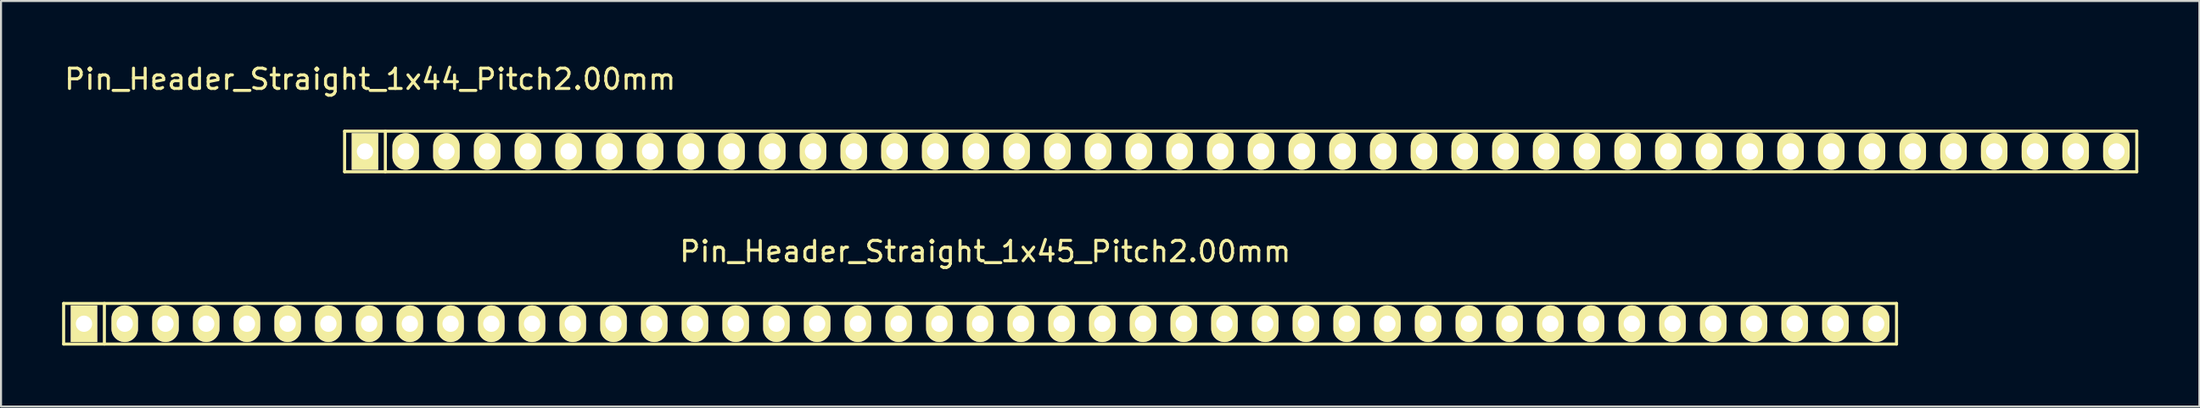
<source format=kicad_pcb>
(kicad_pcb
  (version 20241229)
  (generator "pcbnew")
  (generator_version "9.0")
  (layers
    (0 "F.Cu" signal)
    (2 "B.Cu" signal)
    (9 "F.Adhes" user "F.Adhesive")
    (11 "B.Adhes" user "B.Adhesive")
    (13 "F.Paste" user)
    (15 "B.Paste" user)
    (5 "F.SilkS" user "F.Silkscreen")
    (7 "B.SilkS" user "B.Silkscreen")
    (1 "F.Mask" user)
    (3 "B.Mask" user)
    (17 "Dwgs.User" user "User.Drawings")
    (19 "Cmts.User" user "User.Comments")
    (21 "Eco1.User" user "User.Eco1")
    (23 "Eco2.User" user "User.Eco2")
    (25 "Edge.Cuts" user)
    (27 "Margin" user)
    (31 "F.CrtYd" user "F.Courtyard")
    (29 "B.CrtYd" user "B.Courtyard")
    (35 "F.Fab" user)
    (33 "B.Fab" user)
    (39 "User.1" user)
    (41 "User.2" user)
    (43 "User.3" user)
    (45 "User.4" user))
  (footprint "Pin_Header_Straight_1x44_Pitch2.00mm"
    (layer "F.Cu")
    (at 14.871 4.404)
    (property "Reference" "Pin_Header_Straight_1x44_Pitch2.00mm" (at 0.254 -3.556 0) (layer "F.SilkS") (effects (font (size 1 1) (thickness 0.15))))
    (attr through_hole)
    (fp_line (start -1 -1) (end 87 -1) (stroke (width 0.15) (type solid)) (layer "F.SilkS"))
    (fp_line (start -1 1) (end -1 -1) (stroke (width 0.15) (type solid)) (layer "F.SilkS"))
    (fp_line (start 1 -1) (end 1 1) (stroke (width 0.15) (type solid)) (layer "F.SilkS"))
    (fp_line (start 87 -1) (end 87 1) (stroke (width 0.15) (type solid)) (layer "F.SilkS"))
    (fp_line (start 87 1) (end -1 1) (stroke (width 0.15) (type solid)) (layer "F.SilkS"))
    (pad "1" thru_hole rect (at 0 0) (size 1.3 1.8) (drill 0.8) (layers "*.Cu" "*.Mask" "F.SilkS"))
    (pad "2" thru_hole oval (at 2 0) (size 1.3 1.8) (drill 0.8) (layers "*.Cu" "*.Mask" "F.SilkS"))
    (pad "3" thru_hole oval (at 4 0) (size 1.3 1.8) (drill 0.8) (layers "*.Cu" "*.Mask" "F.SilkS"))
    (pad "4" thru_hole oval (at 6 0) (size 1.3 1.8) (drill 0.8) (layers "*.Cu" "*.Mask" "F.SilkS"))
    (pad "5" thru_hole oval (at 8 0) (size 1.3 1.8) (drill 0.8) (layers "*.Cu" "*.Mask" "F.SilkS"))
    (pad "6" thru_hole oval (at 10 0) (size 1.3 1.8) (drill 0.8) (layers "*.Cu" "*.Mask" "F.SilkS"))
    (pad "7" thru_hole oval (at 12 0) (size 1.3 1.8) (drill 0.8) (layers "*.Cu" "*.Mask" "F.SilkS"))
    (pad "8" thru_hole oval (at 14 0) (size 1.3 1.8) (drill 0.8) (layers "*.Cu" "*.Mask" "F.SilkS"))
    (pad "9" thru_hole oval (at 16 0) (size 1.3 1.8) (drill 0.8) (layers "*.Cu" "*.Mask" "F.SilkS"))
    (pad "10" thru_hole oval (at 18 0) (size 1.3 1.8) (drill 0.8) (layers "*.Cu" "*.Mask" "F.SilkS"))
    (pad "11" thru_hole oval (at 20 0) (size 1.3 1.8) (drill 0.8) (layers "*.Cu" "*.Mask" "F.SilkS"))
    (pad "12" thru_hole oval (at 22 0) (size 1.3 1.8) (drill 0.8) (layers "*.Cu" "*.Mask" "F.SilkS"))
    (pad "13" thru_hole oval (at 24 0) (size 1.3 1.8) (drill 0.8) (layers "*.Cu" "*.Mask" "F.SilkS"))
    (pad "14" thru_hole oval (at 26 0) (size 1.3 1.8) (drill 0.8) (layers "*.Cu" "*.Mask" "F.SilkS"))
    (pad "15" thru_hole oval (at 28 0) (size 1.3 1.8) (drill 0.8) (layers "*.Cu" "*.Mask" "F.SilkS"))
    (pad "16" thru_hole oval (at 30 0) (size 1.3 1.8) (drill 0.8) (layers "*.Cu" "*.Mask" "F.SilkS"))
    (pad "17" thru_hole oval (at 32 0) (size 1.3 1.8) (drill 0.8) (layers "*.Cu" "*.Mask" "F.SilkS"))
    (pad "18" thru_hole oval (at 34 0) (size 1.3 1.8) (drill 0.8) (layers "*.Cu" "*.Mask" "F.SilkS"))
    (pad "19" thru_hole oval (at 36 0) (size 1.3 1.8) (drill 0.8) (layers "*.Cu" "*.Mask" "F.SilkS"))
    (pad "20" thru_hole oval (at 38 0) (size 1.3 1.8) (drill 0.8) (layers "*.Cu" "*.Mask" "F.SilkS"))
    (pad "21" thru_hole oval (at 40 0) (size 1.3 1.8) (drill 0.8) (layers "*.Cu" "*.Mask" "F.SilkS"))
    (pad "22" thru_hole oval (at 42 0) (size 1.3 1.8) (drill 0.8) (layers "*.Cu" "*.Mask" "F.SilkS"))
    (pad "23" thru_hole oval (at 44 0) (size 1.3 1.8) (drill 0.8) (layers "*.Cu" "*.Mask" "F.SilkS"))
    (pad "24" thru_hole oval (at 46 0) (size 1.3 1.8) (drill 0.8) (layers "*.Cu" "*.Mask" "F.SilkS"))
    (pad "25" thru_hole oval (at 48 0) (size 1.3 1.8) (drill 0.8) (layers "*.Cu" "*.Mask" "F.SilkS"))
    (pad "26" thru_hole oval (at 50 0) (size 1.3 1.8) (drill 0.8) (layers "*.Cu" "*.Mask" "F.SilkS"))
    (pad "27" thru_hole oval (at 52 0) (size 1.3 1.8) (drill 0.8) (layers "*.Cu" "*.Mask" "F.SilkS"))
    (pad "28" thru_hole oval (at 54 0) (size 1.3 1.8) (drill 0.8) (layers "*.Cu" "*.Mask" "F.SilkS"))
    (pad "29" thru_hole oval (at 56 0) (size 1.3 1.8) (drill 0.8) (layers "*.Cu" "*.Mask" "F.SilkS"))
    (pad "30" thru_hole oval (at 58 0) (size 1.3 1.8) (drill 0.8) (layers "*.Cu" "*.Mask" "F.SilkS"))
    (pad "31" thru_hole oval (at 60 0) (size 1.3 1.8) (drill 0.8) (layers "*.Cu" "*.Mask" "F.SilkS"))
    (pad "32" thru_hole oval (at 62 0) (size 1.3 1.8) (drill 0.8) (layers "*.Cu" "*.Mask" "F.SilkS"))
    (pad "33" thru_hole oval (at 64 0) (size 1.3 1.8) (drill 0.8) (layers "*.Cu" "*.Mask" "F.SilkS"))
    (pad "34" thru_hole oval (at 66 0) (size 1.3 1.8) (drill 0.8) (layers "*.Cu" "*.Mask" "F.SilkS"))
    (pad "35" thru_hole oval (at 68 0) (size 1.3 1.8) (drill 0.8) (layers "*.Cu" "*.Mask" "F.SilkS"))
    (pad "36" thru_hole oval (at 70 0) (size 1.3 1.8) (drill 0.8) (layers "*.Cu" "*.Mask" "F.SilkS"))
    (pad "37" thru_hole oval (at 72 0) (size 1.3 1.8) (drill 0.8) (layers "*.Cu" "*.Mask" "F.SilkS"))
    (pad "38" thru_hole oval (at 74 0) (size 1.3 1.8) (drill 0.8) (layers "*.Cu" "*.Mask" "F.SilkS"))
    (pad "39" thru_hole oval (at 76 0) (size 1.3 1.8) (drill 0.8) (layers "*.Cu" "*.Mask" "F.SilkS"))
    (pad "40" thru_hole oval (at 78 0) (size 1.3 1.8) (drill 0.8) (layers "*.Cu" "*.Mask" "F.SilkS"))
    (pad "41" thru_hole oval (at 80 0) (size 1.3 1.8) (drill 0.8) (layers "*.Cu" "*.Mask" "F.SilkS"))
    (pad "42" thru_hole oval (at 82 0) (size 1.3 1.8) (drill 0.8) (layers "*.Cu" "*.Mask" "F.SilkS"))
    (pad "43" thru_hole oval (at 84 0) (size 1.3 1.8) (drill 0.8) (layers "*.Cu" "*.Mask" "F.SilkS"))
    (pad "44" thru_hole oval (at 86 0) (size 1.3 1.8) (drill 0.8) (layers "*.Cu" "*.Mask" "F.SilkS")))
  (footprint "Pin_Header_Straight_1x45_Pitch2.00mm"
    (layer "F.Cu")
    (at 45.075 12.883)
    (property "Reference" "Pin_Header_Straight_1x45_Pitch2.00mm" (at 0.254 -3.556 0) (layer "F.SilkS") (effects (font (size 1 1) (thickness 0.15))))
    (attr through_hole)
    (fp_line (start -45 -1) (end 45 -1) (stroke (width 0.15) (type solid)) (layer "F.SilkS"))
    (fp_line (start -45 1) (end -45 -1) (stroke (width 0.15) (type solid)) (layer "F.SilkS"))
    (fp_line (start -43 -1) (end -43 1) (stroke (width 0.15) (type solid)) (layer "F.SilkS"))
    (fp_line (start 45 -1) (end 45 1) (stroke (width 0.15) (type solid)) (layer "F.SilkS"))
    (fp_line (start 45 1) (end -45 1) (stroke (width 0.15) (type solid)) (layer "F.SilkS"))
    (pad "1" thru_hole rect (at -44 0) (size 1.3 1.8) (drill 0.8) (layers "*.Cu" "*.Mask" "F.SilkS"))
    (pad "2" thru_hole oval (at -42 0) (size 1.3 1.8) (drill 0.8) (layers "*.Cu" "*.Mask" "F.SilkS"))
    (pad "3" thru_hole oval (at -40 0) (size 1.3 1.8) (drill 0.8) (layers "*.Cu" "*.Mask" "F.SilkS"))
    (pad "4" thru_hole oval (at -38 0) (size 1.3 1.8) (drill 0.8) (layers "*.Cu" "*.Mask" "F.SilkS"))
    (pad "5" thru_hole oval (at -36 0) (size 1.3 1.8) (drill 0.8) (layers "*.Cu" "*.Mask" "F.SilkS"))
    (pad "6" thru_hole oval (at -34 0) (size 1.3 1.8) (drill 0.8) (layers "*.Cu" "*.Mask" "F.SilkS"))
    (pad "7" thru_hole oval (at -32 0) (size 1.3 1.8) (drill 0.8) (layers "*.Cu" "*.Mask" "F.SilkS"))
    (pad "8" thru_hole oval (at -30 0) (size 1.3 1.8) (drill 0.8) (layers "*.Cu" "*.Mask" "F.SilkS"))
    (pad "9" thru_hole oval (at -28 0) (size 1.3 1.8) (drill 0.8) (layers "*.Cu" "*.Mask" "F.SilkS"))
    (pad "10" thru_hole oval (at -26 0) (size 1.3 1.8) (drill 0.8) (layers "*.Cu" "*.Mask" "F.SilkS"))
    (pad "11" thru_hole oval (at -24 0) (size 1.3 1.8) (drill 0.8) (layers "*.Cu" "*.Mask" "F.SilkS"))
    (pad "12" thru_hole oval (at -22 0) (size 1.3 1.8) (drill 0.8) (layers "*.Cu" "*.Mask" "F.SilkS"))
    (pad "13" thru_hole oval (at -20 0) (size 1.3 1.8) (drill 0.8) (layers "*.Cu" "*.Mask" "F.SilkS"))
    (pad "14" thru_hole oval (at -18 0) (size 1.3 1.8) (drill 0.8) (layers "*.Cu" "*.Mask" "F.SilkS"))
    (pad "15" thru_hole oval (at -16 0) (size 1.3 1.8) (drill 0.8) (layers "*.Cu" "*.Mask" "F.SilkS"))
    (pad "16" thru_hole oval (at -14 0) (size 1.3 1.8) (drill 0.8) (layers "*.Cu" "*.Mask" "F.SilkS"))
    (pad "17" thru_hole oval (at -12 0) (size 1.3 1.8) (drill 0.8) (layers "*.Cu" "*.Mask" "F.SilkS"))
    (pad "18" thru_hole oval (at -10 0) (size 1.3 1.8) (drill 0.8) (layers "*.Cu" "*.Mask" "F.SilkS"))
    (pad "19" thru_hole oval (at -8 0) (size 1.3 1.8) (drill 0.8) (layers "*.Cu" "*.Mask" "F.SilkS"))
    (pad "20" thru_hole oval (at -6 0) (size 1.3 1.8) (drill 0.8) (layers "*.Cu" "*.Mask" "F.SilkS"))
    (pad "21" thru_hole oval (at -4 0) (size 1.3 1.8) (drill 0.8) (layers "*.Cu" "*.Mask" "F.SilkS"))
    (pad "22" thru_hole oval (at -2 0) (size 1.3 1.8) (drill 0.8) (layers "*.Cu" "*.Mask" "F.SilkS"))
    (pad "23" thru_hole oval (at 0 0) (size 1.3 1.8) (drill 0.8) (layers "*.Cu" "*.Mask" "F.SilkS"))
    (pad "24" thru_hole oval (at 2 0) (size 1.3 1.8) (drill 0.8) (layers "*.Cu" "*.Mask" "F.SilkS"))
    (pad "25" thru_hole oval (at 4 0) (size 1.3 1.8) (drill 0.8) (layers "*.Cu" "*.Mask" "F.SilkS"))
    (pad "26" thru_hole oval (at 6 0) (size 1.3 1.8) (drill 0.8) (layers "*.Cu" "*.Mask" "F.SilkS"))
    (pad "27" thru_hole oval (at 8 0) (size 1.3 1.8) (drill 0.8) (layers "*.Cu" "*.Mask" "F.SilkS"))
    (pad "28" thru_hole oval (at 10 0) (size 1.3 1.8) (drill 0.8) (layers "*.Cu" "*.Mask" "F.SilkS"))
    (pad "29" thru_hole oval (at 12 0) (size 1.3 1.8) (drill 0.8) (layers "*.Cu" "*.Mask" "F.SilkS"))
    (pad "30" thru_hole oval (at 14 0) (size 1.3 1.8) (drill 0.8) (layers "*.Cu" "*.Mask" "F.SilkS"))
    (pad "31" thru_hole oval (at 16 0) (size 1.3 1.8) (drill 0.8) (layers "*.Cu" "*.Mask" "F.SilkS"))
    (pad "32" thru_hole oval (at 18 0) (size 1.3 1.8) (drill 0.8) (layers "*.Cu" "*.Mask" "F.SilkS"))
    (pad "33" thru_hole oval (at 20 0) (size 1.3 1.8) (drill 0.8) (layers "*.Cu" "*.Mask" "F.SilkS"))
    (pad "34" thru_hole oval (at 22 0) (size 1.3 1.8) (drill 0.8) (layers "*.Cu" "*.Mask" "F.SilkS"))
    (pad "35" thru_hole oval (at 24 0) (size 1.3 1.8) (drill 0.8) (layers "*.Cu" "*.Mask" "F.SilkS"))
    (pad "36" thru_hole oval (at 26 0) (size 1.3 1.8) (drill 0.8) (layers "*.Cu" "*.Mask" "F.SilkS"))
    (pad "37" thru_hole oval (at 28 0) (size 1.3 1.8) (drill 0.8) (layers "*.Cu" "*.Mask" "F.SilkS"))
    (pad "38" thru_hole oval (at 30 0) (size 1.3 1.8) (drill 0.8) (layers "*.Cu" "*.Mask" "F.SilkS"))
    (pad "39" thru_hole oval (at 32 0) (size 1.3 1.8) (drill 0.8) (layers "*.Cu" "*.Mask" "F.SilkS"))
    (pad "40" thru_hole oval (at 34 0) (size 1.3 1.8) (drill 0.8) (layers "*.Cu" "*.Mask" "F.SilkS"))
    (pad "41" thru_hole oval (at 36 0) (size 1.3 1.8) (drill 0.8) (layers "*.Cu" "*.Mask" "F.SilkS"))
    (pad "42" thru_hole oval (at 38 0) (size 1.3 1.8) (drill 0.8) (layers "*.Cu" "*.Mask" "F.SilkS"))
    (pad "43" thru_hole oval (at 40 0) (size 1.3 1.8) (drill 0.8) (layers "*.Cu" "*.Mask" "F.SilkS"))
    (pad "44" thru_hole oval (at 42 0) (size 1.3 1.8) (drill 0.8) (layers "*.Cu" "*.Mask" "F.SilkS"))
    (pad "45" thru_hole oval (at 44 0) (size 1.3 1.8) (drill 0.8) (layers "*.Cu" "*.Mask" "F.SilkS")))
  (gr_rect
    (start -3 -3)
    (end 104.946 16.959)
    (stroke (width 0.1) (type default))
    (fill no)
    (layer "Edge.Cuts")))
</source>
